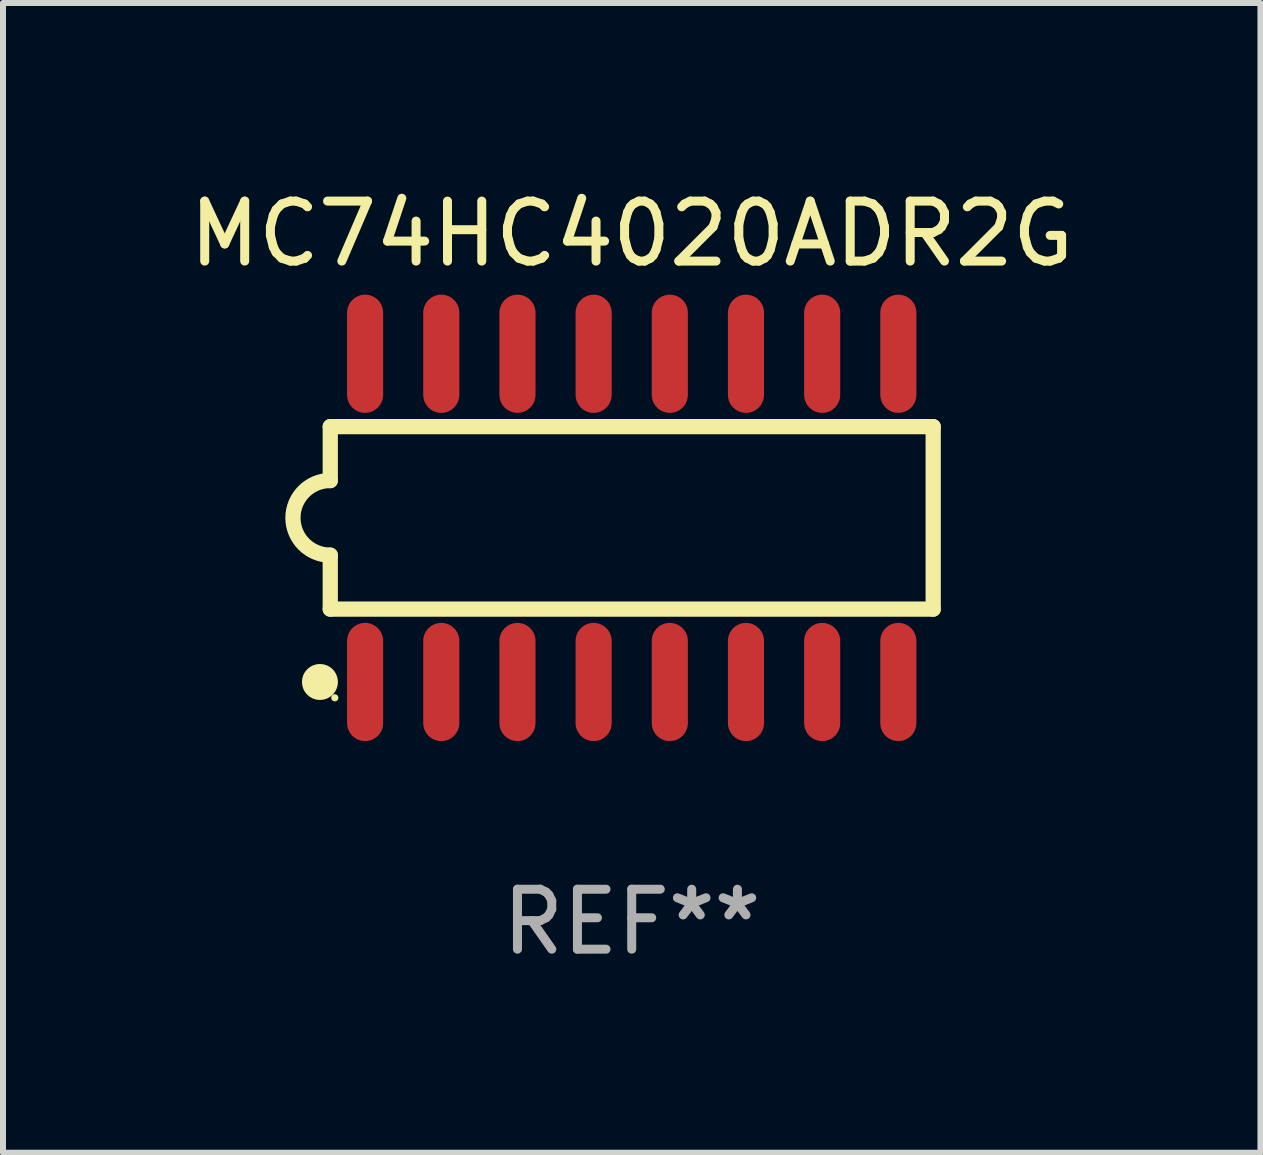
<source format=kicad_pcb>
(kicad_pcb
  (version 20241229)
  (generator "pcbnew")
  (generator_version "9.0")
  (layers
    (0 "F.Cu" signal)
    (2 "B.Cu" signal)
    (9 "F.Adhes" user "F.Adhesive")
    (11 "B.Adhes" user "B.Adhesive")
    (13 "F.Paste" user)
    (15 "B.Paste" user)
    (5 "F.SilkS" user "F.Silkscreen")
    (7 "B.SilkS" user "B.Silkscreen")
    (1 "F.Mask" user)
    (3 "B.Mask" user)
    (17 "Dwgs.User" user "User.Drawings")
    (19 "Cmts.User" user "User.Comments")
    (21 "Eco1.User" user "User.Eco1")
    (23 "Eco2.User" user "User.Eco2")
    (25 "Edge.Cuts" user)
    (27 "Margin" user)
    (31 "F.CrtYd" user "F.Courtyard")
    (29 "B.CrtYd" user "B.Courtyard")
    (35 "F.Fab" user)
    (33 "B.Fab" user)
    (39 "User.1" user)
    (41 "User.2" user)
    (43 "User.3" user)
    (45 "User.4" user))
  (footprint "MC74HC4020ADR2G"
    (layer "F.Cu")
    (at 7.482 5.584)
    (property "Reference" "MC74HC4020ADR2G" (at 0 -4.736 0) (layer "F.SilkS") (effects (font (size 1 1) (thickness 0.15))))
    (attr through_hole)
    (fp_line (start -5.026 -1.521) (end -5.026 -0.621) (stroke (width 0.254) (type solid)) (layer "F.SilkS"))
    (fp_line (start -5.026 -1.521) (end 5.026 -1.521) (stroke (width 0.254) (type solid)) (layer "F.SilkS"))
    (fp_line (start -5.026 1.521) (end -5.026 0.621) (stroke (width 0.254) (type solid)) (layer "F.SilkS"))
    (fp_line (start 5.026 -1.521) (end 5.026 1.521) (stroke (width 0.254) (type solid)) (layer "F.SilkS"))
    (fp_line (start 5.026 1.521) (end -5.026 1.521) (stroke (width 0.254) (type solid)) (layer "F.SilkS"))
    (fp_arc (start -5.026187 0.621387) (mid -5.647752 -0.000787) (end -5.025781 -0.622555) (stroke (width 0.254001) (type solid)) (layer "F.SilkS"))
    (fp_circle (center -5.198 2.736) (end -5.048 2.736) (stroke (width 0.3) (type solid)) (fill no) (layer "F.SilkS"))
    (fp_circle (center -4.95 3) (end -4.92 3) (stroke (width 0.06) (type solid)) (fill no) (layer "F.SilkS"))
    (fp_text user "REF**" (at 0 6.736 0) (layer "F.Fab") (effects (font (size 1 1) (thickness 0.15))))
    (pad "1" smd oval (at -4.445 2.736) (size 0.602 1.971) (layers "F.Cu" "F.Mask" "F.Paste"))
    (pad "2" smd oval (at -3.175 2.736) (size 0.602 1.971) (layers "F.Cu" "F.Mask" "F.Paste"))
    (pad "3" smd oval (at -1.905 2.736) (size 0.602 1.971) (layers "F.Cu" "F.Mask" "F.Paste"))
    (pad "4" smd oval (at -0.635 2.736) (size 0.602 1.971) (layers "F.Cu" "F.Mask" "F.Paste"))
    (pad "5" smd oval (at 0.635 2.736) (size 0.602 1.971) (layers "F.Cu" "F.Mask" "F.Paste"))
    (pad "6" smd oval (at 1.905 2.736) (size 0.602 1.971) (layers "F.Cu" "F.Mask" "F.Paste"))
    (pad "7" smd oval (at 3.175 2.736) (size 0.602 1.971) (layers "F.Cu" "F.Mask" "F.Paste"))
    (pad "8" smd oval (at 4.445 2.736) (size 0.602 1.971) (layers "F.Cu" "F.Mask" "F.Paste"))
    (pad "9" smd oval (at 4.445 -2.736) (size 0.602 1.971) (layers "F.Cu" "F.Mask" "F.Paste"))
    (pad "10" smd oval (at 3.175 -2.736) (size 0.602 1.971) (layers "F.Cu" "F.Mask" "F.Paste"))
    (pad "11" smd oval (at 1.905 -2.736) (size 0.602 1.971) (layers "F.Cu" "F.Mask" "F.Paste"))
    (pad "12" smd oval (at 0.635 -2.736) (size 0.602 1.971) (layers "F.Cu" "F.Mask" "F.Paste"))
    (pad "13" smd oval (at -0.635 -2.736) (size 0.602 1.971) (layers "F.Cu" "F.Mask" "F.Paste"))
    (pad "14" smd oval (at -1.905 -2.736) (size 0.602 1.971) (layers "F.Cu" "F.Mask" "F.Paste"))
    (pad "15" smd oval (at -3.175 -2.736) (size 0.602 1.971) (layers "F.Cu" "F.Mask" "F.Paste"))
    (pad "16" smd oval (at -4.445 -2.736) (size 0.602 1.971) (layers "F.Cu" "F.Mask" "F.Paste")))
  (gr_rect
    (start -3 -3)
    (end 17.964 16.168)
    (stroke (width 0.1) (type default))
    (fill no)
    (layer "Edge.Cuts")))
</source>
